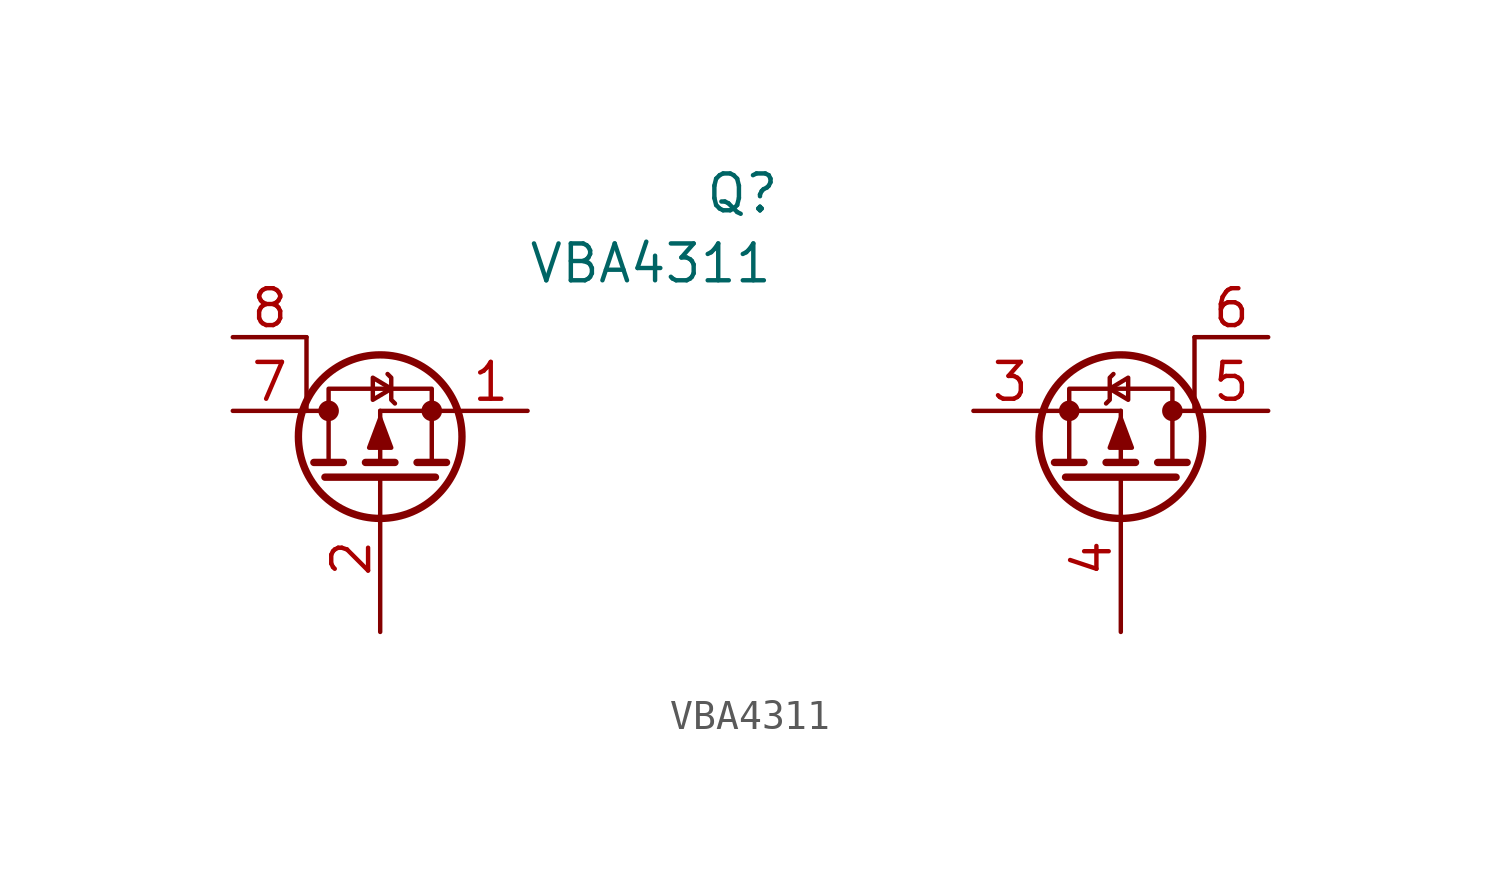
<source format=kicad_sym>
(kicad_symbol_lib
  (version 20211014)
  (generator kicad_symbol_editor)
  (symbol "VBA4311"
    (pin_names
      (offset 0) hide)
    (property "Reference" "Q"
      (at 11.557 8.636 0)
      (effects (font (size 1.27 1.27)) (justify left)))
    (property "Value" "VBA4311"
      (at 5.461 6.223 0)
      (effects (font (size 1.27 1.27)) (justify left)))
    (symbol "VBA4311_0_1"
      (circle (center -1.397 1.143) (radius 0.279) (stroke (width 0) (type default) (color 0 0 0 0)) (fill (type outline)))
      (polyline (pts (xy -2.159 1.143) (xy -1.397 1.143)) (stroke (width 0) (type default) (color 0 0 0 0)) (fill (type none)))
      (polyline (pts (xy -2.159 3.683) (xy -2.159 1.143)) (stroke (width 0) (type default) (color 0 0 0 0)) (fill (type none)))
      (polyline (pts (xy -1.905 -0.635) (xy -0.889 -0.635)) (stroke (width 0.254) (type default) (color 0 0 0 0)) (fill (type none)))
      (polyline (pts (xy -1.397 -0.635) (xy -1.397 1.143)) (stroke (width 0) (type default) (color 0 0 0 0)) (fill (type none)))
      (polyline (pts (xy -0.127 -0.635) (xy 0.889 -0.635)) (stroke (width 0.254) (type default) (color 0 0 0 0)) (fill (type none)))
      (polyline (pts (xy 0.381 -1.346) (xy 0.381 -1.143)) (stroke (width 0) (type default) (color 0 0 0 0)) (fill (type none)))
      (polyline (pts (xy 0.381 -0.635) (xy 0.381 1.143)) (stroke (width 0) (type default) (color 0 0 0 0)) (fill (type none)))
      (polyline (pts (xy 1.651 -0.635) (xy 2.667 -0.635)) (stroke (width 0.254) (type default) (color 0 0 0 0)) (fill (type none)))
      (polyline (pts (xy 2.159 -0.635) (xy 2.159 1.143)) (stroke (width 0) (type default) (color 0 0 0 0)) (fill (type none)))
      (polyline (pts (xy 2.159 1.143) (xy 0.381 1.143)) (stroke (width 0) (type default) (color 0 0 0 0)) (fill (type none)))
      (polyline (pts (xy 2.159 1.143) (xy 2.921 1.143)) (stroke (width 0) (type default) (color 0 0 0 0)) (fill (type none)))
      (polyline (pts (xy -1.524 -1.143) (xy 2.286 -1.143) (xy 2.286 -1.143)) (stroke (width 0.254) (type default) (color 0 0 0 0)) (fill (type none)))
      (polyline (pts (xy 0.381 0.889) (xy 0.762 -0.127) (xy 0 -0.127) (xy 0.381 0.889)) (stroke (width 0) (type default) (color 0 0 0 0)) (fill (type outline)))
      (polyline (pts (xy 0.762 1.905) (xy 0.127 1.524) (xy 0.127 2.286) (xy 0.762 1.905)) (stroke (width 0) (type default) (color 0 0 0 0)) (fill (type none)))
      (polyline (pts (xy 0.889 1.397) (xy 0.762 1.524) (xy 0.762 2.286) (xy 0.635 2.413)) (stroke (width 0) (type default) (color 0 0 0 0)) (fill (type none)))
      (polyline (pts (xy 2.159 1.143) (xy 2.159 1.905) (xy -1.397 1.905) (xy -1.397 1.143)) (stroke (width 0) (type default) (color 0 0 0 0)) (fill (type none)))
      (circle (center 0.381 0.254) (radius 2.819) (stroke (width 0.254) (type default) (color 0 0 0 0)) (fill (type none)))
      (circle (center 2.159 1.143) (radius 0.279) (stroke (width 0) (type default) (color 0 0 0 0)) (fill (type outline))))
    (symbol "VBA4311_1_1"
      (polyline (pts (xy 24.13 -0.635) (xy 24.13 1.143)) (stroke (width 0) (type default) (color 0 0 0 0)) (fill (type none)))
      (polyline (pts (xy 24.13 1.143) (xy 23.368 1.143)) (stroke (width 0) (type default) (color 0 0 0 0)) (fill (type none)))
      (polyline (pts (xy 24.13 1.143) (xy 25.908 1.143)) (stroke (width 0) (type default) (color 0 0 0 0)) (fill (type none)))
      (polyline (pts (xy 24.638 -0.635) (xy 23.622 -0.635)) (stroke (width 0.254) (type default) (color 0 0 0 0)) (fill (type none)))
      (polyline (pts (xy 25.908 -1.346) (xy 25.908 -1.143)) (stroke (width 0) (type default) (color 0 0 0 0)) (fill (type none)))
      (polyline (pts (xy 25.908 -0.635) (xy 25.908 1.143)) (stroke (width 0) (type default) (color 0 0 0 0)) (fill (type none)))
      (polyline (pts (xy 26.416 -0.635) (xy 25.4 -0.635)) (stroke (width 0.254) (type default) (color 0 0 0 0)) (fill (type none)))
      (polyline (pts (xy 27.686 -0.635) (xy 27.686 1.143)) (stroke (width 0) (type default) (color 0 0 0 0)) (fill (type none)))
      (polyline (pts (xy 28.194 -0.635) (xy 27.178 -0.635)) (stroke (width 0.254) (type default) (color 0 0 0 0)) (fill (type none)))
      (polyline (pts (xy 28.448 1.143) (xy 27.686 1.143)) (stroke (width 0) (type default) (color 0 0 0 0)) (fill (type none)))
      (polyline (pts (xy 28.448 3.683) (xy 28.448 1.143)) (stroke (width 0) (type default) (color 0 0 0 0)) (fill (type none)))
      (polyline (pts (xy 27.813 -1.143) (xy 24.003 -1.143) (xy 24.003 -1.143)) (stroke (width 0.254) (type default) (color 0 0 0 0)) (fill (type none)))
      (polyline (pts (xy 24.13 1.143) (xy 24.13 1.905) (xy 27.686 1.905) (xy 27.686 1.143)) (stroke (width 0) (type default) (color 0 0 0 0)) (fill (type none)))
      (polyline (pts (xy 25.4 1.397) (xy 25.527 1.524) (xy 25.527 2.286) (xy 25.654 2.413)) (stroke (width 0) (type default) (color 0 0 0 0)) (fill (type none)))
      (polyline (pts (xy 25.527 1.905) (xy 26.162 1.524) (xy 26.162 2.286) (xy 25.527 1.905)) (stroke (width 0) (type default) (color 0 0 0 0)) (fill (type none)))
      (polyline (pts (xy 25.908 0.889) (xy 25.527 -0.127) (xy 26.289 -0.127) (xy 25.908 0.889)) (stroke (width 0) (type default) (color 0 0 0 0)) (fill (type outline)))
      (circle (center 24.13 1.143) (radius 0.279) (stroke (width 0) (type default) (color 0 0 0 0)) (fill (type outline)))
      (circle (center 25.908 0.254) (radius 2.819) (stroke (width 0.254) (type default) (color 0 0 0 0)) (fill (type none)))
      (circle (center 27.686 1.143) (radius 0.279) (stroke (width 0) (type default) (color 0 0 0 0)) (fill (type outline)))
      (pin passive line (at 5.461 1.143 180) (length 2.54) (name "S" (effects (font (size 1.27 1.27)))) (number "1" (effects (font (size 1.27 1.27)))))
      (pin input line (at 0.381 -6.477 90) (length 5.08) (name "G" (effects (font (size 1.27 1.27)))) (number "2" (effects (font (size 1.27 1.27)))))
      (pin passive line (at 20.828 1.143 0) (length 2.54) (name "S" (effects (font (size 1.27 1.27)))) (number "3" (effects (font (size 1.27 1.27)))))
      (pin input line (at 25.908 -6.477 90) (length 5.08) (name "G" (effects (font (size 1.27 1.27)))) (number "4" (effects (font (size 1.27 1.27)))))
      (pin passive line (at 30.988 1.143 180) (length 2.54) (name "D" (effects (font (size 1.27 1.27)))) (number "5" (effects (font (size 1.27 1.27)))))
      (pin passive line (at 30.988 3.683 180) (length 2.54) (name "D" (effects (font (size 1.27 1.27)))) (number "6" (effects (font (size 1.27 1.27)))))
      (pin passive line (at -4.699 1.143 0) (length 2.54) (name "D" (effects (font (size 1.27 1.27)))) (number "7" (effects (font (size 1.27 1.27)))))
      (pin passive line (at -4.699 3.683 0) (length 2.54) (name "D" (effects (font (size 1.27 1.27)))) (number "8" (effects (font (size 1.27 1.27))))))))
</source>
